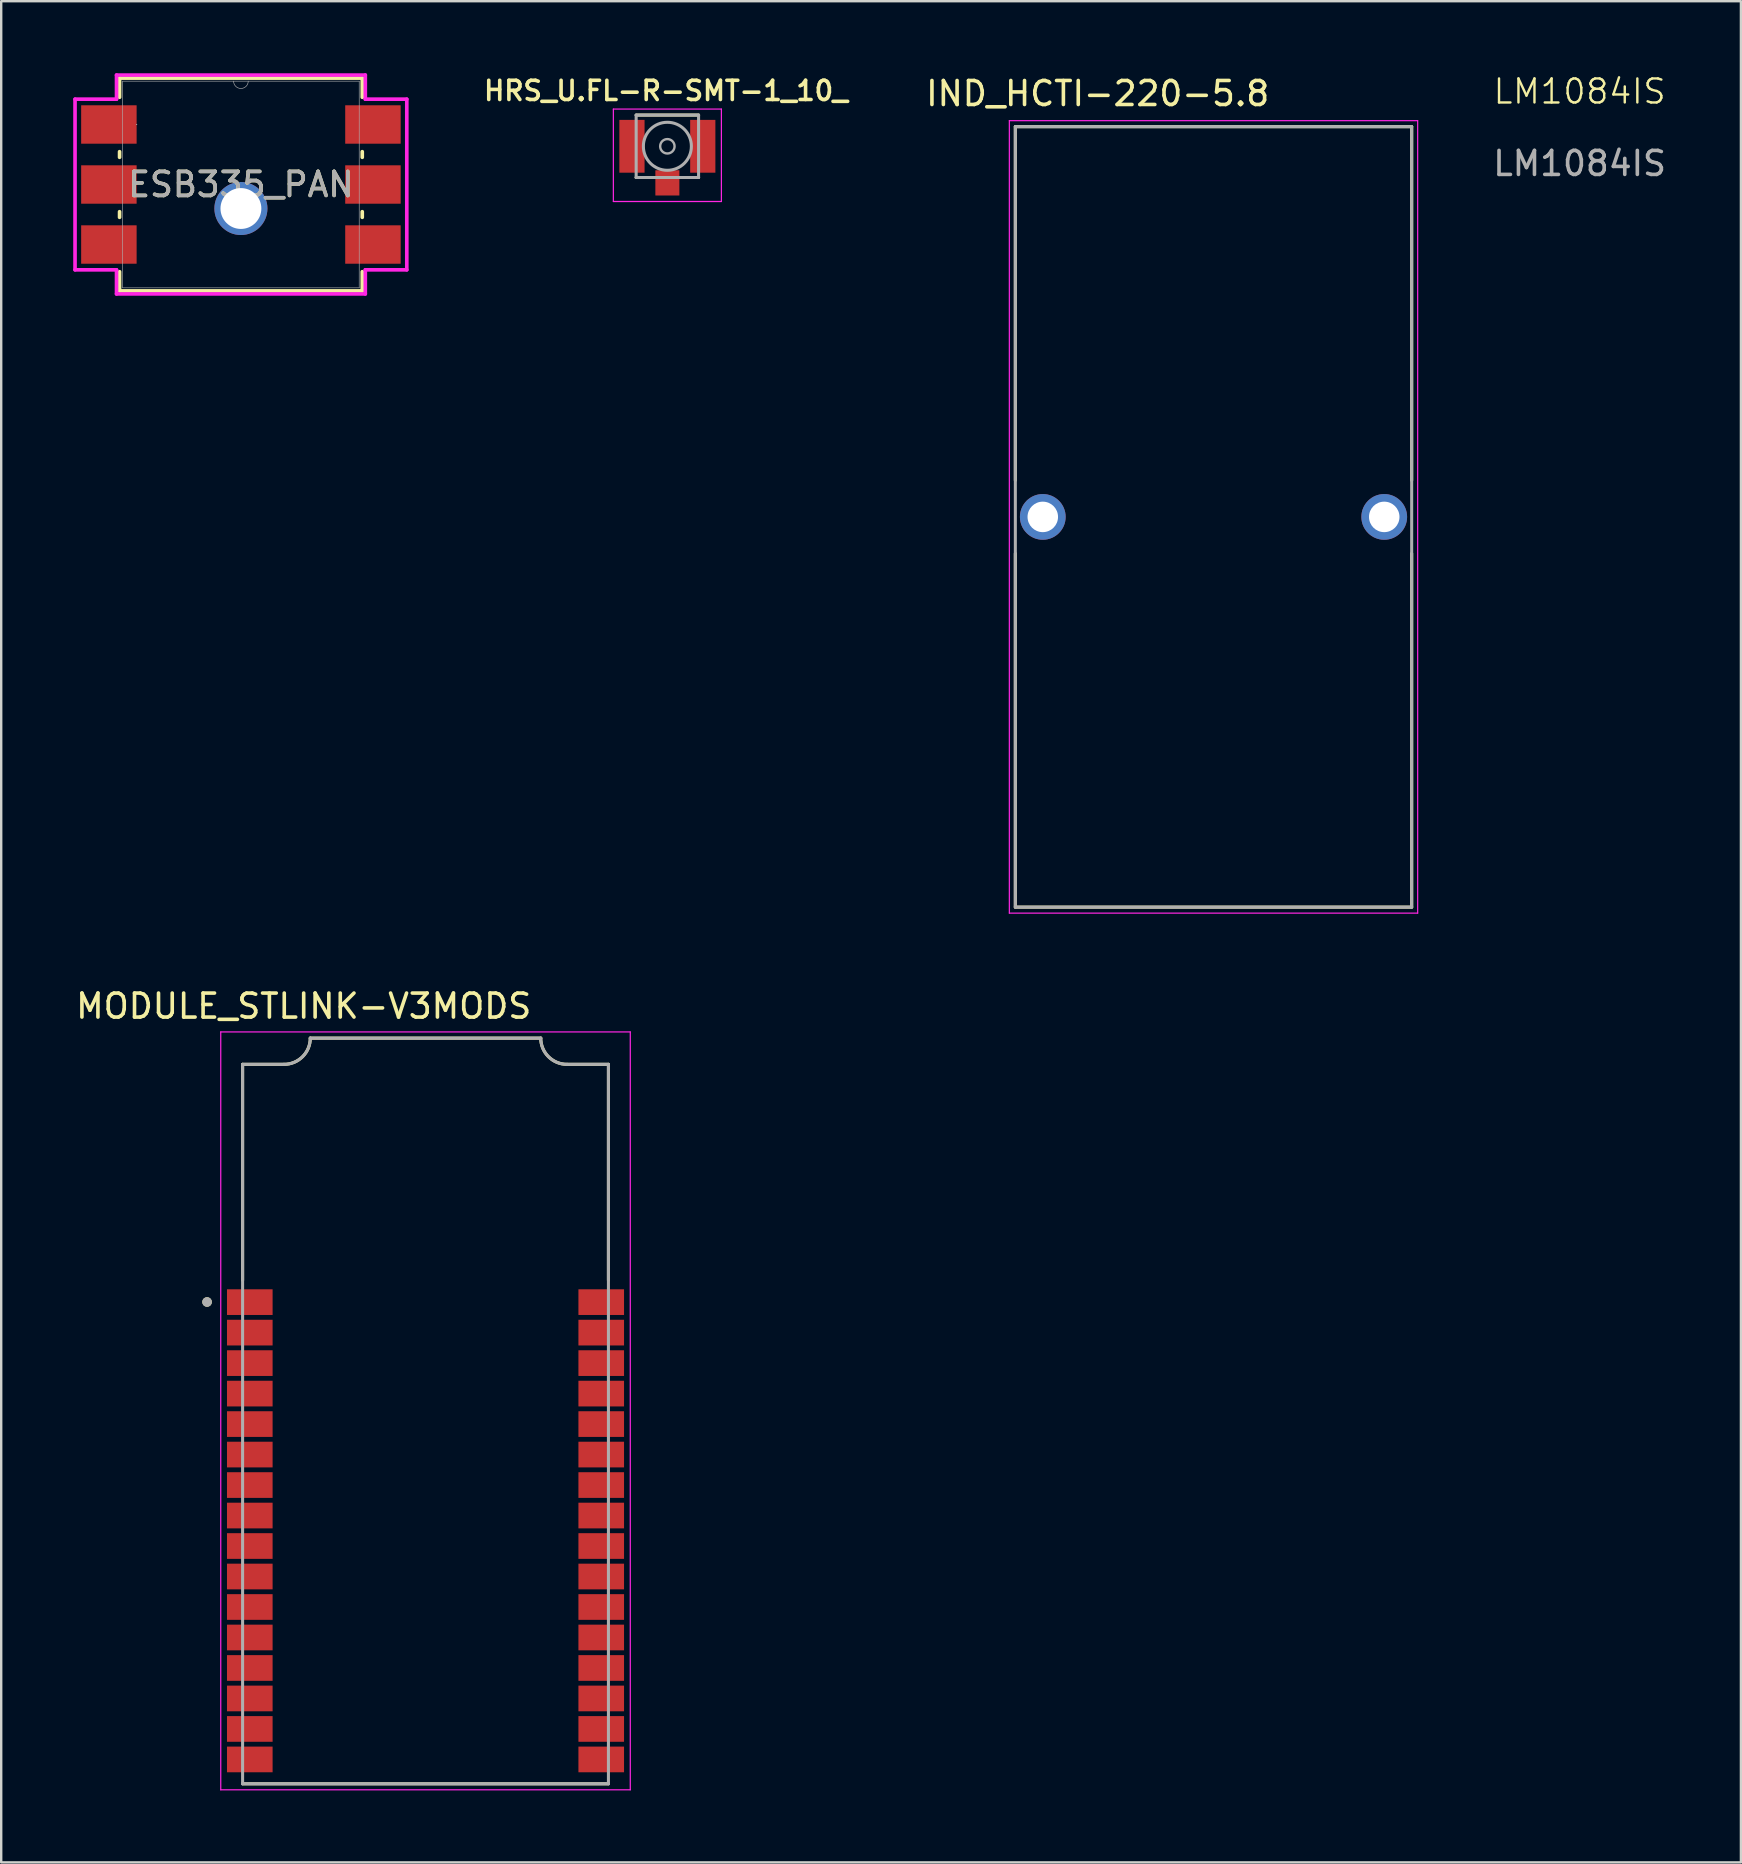
<source format=kicad_pcb>
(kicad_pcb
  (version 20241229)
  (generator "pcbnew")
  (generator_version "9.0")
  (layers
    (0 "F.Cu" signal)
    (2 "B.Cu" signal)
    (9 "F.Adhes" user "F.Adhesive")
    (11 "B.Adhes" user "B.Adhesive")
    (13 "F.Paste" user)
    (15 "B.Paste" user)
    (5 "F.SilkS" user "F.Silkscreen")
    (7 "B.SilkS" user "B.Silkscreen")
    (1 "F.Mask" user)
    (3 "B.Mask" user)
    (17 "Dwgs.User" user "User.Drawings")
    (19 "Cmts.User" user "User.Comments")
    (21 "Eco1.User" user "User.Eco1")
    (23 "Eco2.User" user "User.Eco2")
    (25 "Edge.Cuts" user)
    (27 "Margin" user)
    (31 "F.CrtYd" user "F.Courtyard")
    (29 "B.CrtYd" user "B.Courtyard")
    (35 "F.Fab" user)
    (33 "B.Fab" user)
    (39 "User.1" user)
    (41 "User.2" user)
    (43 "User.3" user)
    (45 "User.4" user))
  (footprint "HRS_U.FL-R-SMT-1_10_"
    (layer "F.Cu")
    (at 24.751 3.044)
    (property "Reference" "HRS_U.FL-R-SMT-1_10_" (at -0.06 -2.312 0) (layer "F.SilkS") (effects (font (size 0.801 0.801) (thickness 0.15))))
    (attr smd)
    (fp_line (start -1.3 -1.3) (end 1.3 -1.3) (stroke (width 0.127) (type solid)) (layer "F.SilkS"))
    (fp_line (start -1.3 1.3) (end -0.67 1.3) (stroke (width 0.127) (type solid)) (layer "F.SilkS"))
    (fp_line (start 1.3 1.3) (end 0.67 1.3) (stroke (width 0.127) (type solid)) (layer "F.SilkS"))
    (fp_line (start -2.25 -1.55) (end 2.25 -1.55) (stroke (width 0.05) (type solid)) (layer "F.CrtYd"))
    (fp_line (start -2.25 2.3) (end -2.25 -1.55) (stroke (width 0.05) (type solid)) (layer "F.CrtYd"))
    (fp_line (start 2.25 -1.55) (end 2.25 2.3) (stroke (width 0.05) (type solid)) (layer "F.CrtYd"))
    (fp_line (start 2.25 2.3) (end -2.25 2.3) (stroke (width 0.05) (type solid)) (layer "F.CrtYd"))
    (fp_line (start -1.3 -1.3) (end 1.3 -1.3) (stroke (width 0.127) (type solid)) (layer "F.Fab"))
    (fp_line (start -1.3 1.3) (end -1.3 -1.3) (stroke (width 0.127) (type solid)) (layer "F.Fab"))
    (fp_line (start 1.3 -1.3) (end 1.3 1.3) (stroke (width 0.127) (type solid)) (layer "F.Fab"))
    (fp_line (start 1.3 1.3) (end -1.3 1.3) (stroke (width 0.127) (type solid)) (layer "F.Fab"))
    (fp_circle (center 0 0) (end 0.3 0) (stroke (width 0.1) (type solid)) (fill no) (layer "F.Fab"))
    (fp_circle (center 0 0) (end 1 0) (stroke (width 0.127) (type solid)) (fill no) (layer "F.Fab"))
    (pad "1" smd rect (at -1.475 0) (size 1.05 2.2) (layers "F.Cu" "F.Mask" "F.Paste"))
    (pad "2" smd rect (at 0 1.525) (size 1 1.05) (layers "F.Cu" "F.Mask" "F.Paste"))
    (pad "3" smd rect (at 1.475 0) (size 1.05 2.2) (layers "F.Cu" "F.Mask" "F.Paste"))
    (zone (net_name "") (layer "F.Cu") (hatch full 0.508) (connect_pads) (min_thickness 0.01) (filled_areas_thickness no) (keepout (tracks not_allowed) (vias not_allowed) (pads not_allowed) (copperpour not_allowed) (footprints allowed)) (placement (enabled no)) (fill) (polygon (pts (xy 23.801 1.944) (xy 25.701 1.944) (xy 25.701 4.044) (xy 23.801 4.044)))))
  (footprint "ESB335_PAN"
    (layer "F.Cu")
    (at 6.986 4.636)
    (property "Reference" "ESB335_PAN" (at 0 0 0) (unlocked yes) (layer "F.SilkS") (effects (font (size 1 1) (thickness 0.15))))
    (attr smd)
    (fp_line (start -5.055 -4.432) (end -5.055 -3.633) (stroke (width 0.152) (type solid)) (layer "F.SilkS"))
    (fp_line (start -5.055 -1.367) (end -5.055 -1.133) (stroke (width 0.152) (type solid)) (layer "F.SilkS"))
    (fp_line (start -5.055 1.133) (end -5.055 1.367) (stroke (width 0.152) (type solid)) (layer "F.SilkS"))
    (fp_line (start -5.055 3.633) (end -5.055 4.432) (stroke (width 0.152) (type solid)) (layer "F.SilkS"))
    (fp_line (start -5.055 4.432) (end 5.055 4.432) (stroke (width 0.152) (type solid)) (layer "F.SilkS"))
    (fp_line (start 5.055 -4.432) (end -5.055 -4.432) (stroke (width 0.152) (type solid)) (layer "F.SilkS"))
    (fp_line (start 5.055 -3.633) (end 5.055 -4.432) (stroke (width 0.152) (type solid)) (layer "F.SilkS"))
    (fp_line (start 5.055 -1.133) (end 5.055 -1.367) (stroke (width 0.152) (type solid)) (layer "F.SilkS"))
    (fp_line (start 5.055 1.367) (end 5.055 1.133) (stroke (width 0.152) (type solid)) (layer "F.SilkS"))
    (fp_line (start 5.055 4.432) (end 5.055 3.633) (stroke (width 0.152) (type solid)) (layer "F.SilkS"))
    (fp_line (start -6.91 -3.554) (end -5.182 -3.554) (stroke (width 0.152) (type solid)) (layer "F.CrtYd"))
    (fp_line (start -6.91 3.554) (end -6.91 -3.554) (stroke (width 0.152) (type solid)) (layer "F.CrtYd"))
    (fp_line (start -6.91 3.554) (end -5.182 3.554) (stroke (width 0.152) (type solid)) (layer "F.CrtYd"))
    (fp_line (start -5.182 -4.559) (end 5.182 -4.559) (stroke (width 0.152) (type solid)) (layer "F.CrtYd"))
    (fp_line (start -5.182 -3.554) (end -5.182 -4.559) (stroke (width 0.152) (type solid)) (layer "F.CrtYd"))
    (fp_line (start -5.182 4.559) (end -5.182 3.554) (stroke (width 0.152) (type solid)) (layer "F.CrtYd"))
    (fp_line (start 5.182 -4.559) (end 5.182 -3.554) (stroke (width 0.152) (type solid)) (layer "F.CrtYd"))
    (fp_line (start 5.182 3.554) (end 5.182 4.559) (stroke (width 0.152) (type solid)) (layer "F.CrtYd"))
    (fp_line (start 5.182 4.559) (end -5.182 4.559) (stroke (width 0.152) (type solid)) (layer "F.CrtYd"))
    (fp_line (start 6.91 -3.554) (end 5.182 -3.554) (stroke (width 0.152) (type solid)) (layer "F.CrtYd"))
    (fp_line (start 6.91 -3.554) (end 6.91 3.554) (stroke (width 0.152) (type solid)) (layer "F.CrtYd"))
    (fp_line (start 6.91 3.554) (end 5.182 3.554) (stroke (width 0.152) (type solid)) (layer "F.CrtYd"))
    (fp_line (start -4.928 -4.305) (end -4.928 4.305) (stroke (width 0.025) (type solid)) (layer "F.Fab"))
    (fp_line (start -4.928 4.305) (end 4.928 4.305) (stroke (width 0.025) (type solid)) (layer "F.Fab"))
    (fp_line (start 4.928 -4.305) (end -4.928 -4.305) (stroke (width 0.025) (type solid)) (layer "F.Fab"))
    (fp_line (start 4.928 4.305) (end 4.928 -4.305) (stroke (width 0.025) (type solid)) (layer "F.Fab"))
    (fp_arc (start 0.3048 -4.3053) (mid 0 -4.0005) (end -0.3048 -4.3053) (stroke (width 0.0254) (type solid)) (layer "F.Fab"))
    (fp_circle (center -4.344 -2.5) (end -4.344 -2.5) (stroke (width 0.025) (type solid)) (fill no) (layer "F.Fab"))
    (fp_text user "${REFERENCE}" (at 0 0 0) (unlocked yes) (layer "F.Fab") (effects (font (size 1 1) (thickness 0.15))))
    (pad "1" smd rect (at -5.5 -2.5) (size 2.311 1.6) (layers "F.Cu" "F.Mask" "F.Paste"))
    (pad "2" smd rect (at -5.5 0) (size 2.311 1.6) (layers "F.Cu" "F.Mask" "F.Paste"))
    (pad "3" smd rect (at -5.5 2.5) (size 2.311 1.6) (layers "F.Cu" "F.Mask" "F.Paste"))
    (pad "4" smd rect (at 5.5 2.5) (size 2.311 1.6) (layers "F.Cu" "F.Mask" "F.Paste"))
    (pad "5" smd rect (at 5.5 0) (size 2.311 1.6) (layers "F.Cu" "F.Mask" "F.Paste"))
    (pad "6" smd rect (at 5.5 -2.5) (size 2.311 1.6) (layers "F.Cu" "F.Mask" "F.Paste"))
    (pad "7" thru_hole circle (at 0 1) (size 2.21 2.21) (drill 1.702) (layers "*.Cu" "*.Mask")))
  (footprint "IND_HCTI-220-5.8"
    (layer "F.Cu")
    (at 47.502 18.483)
    (property "Reference" "IND_HCTI-220-5.8" (at -4.825 -17.635 0) (layer "F.SilkS") (effects (font (size 1 1) (thickness 0.15))))
    (attr through_hole)
    (fp_line (start -8.255 -16.256) (end 8.255 -16.256) (stroke (width 0.127) (type solid)) (layer "F.SilkS"))
    (fp_line (start -8.255 -1.524) (end -8.255 -16.256) (stroke (width 0.127) (type solid)) (layer "F.SilkS"))
    (fp_line (start -8.255 16.256) (end -8.255 1.524) (stroke (width 0.127) (type solid)) (layer "F.SilkS"))
    (fp_line (start 8.255 -1.524) (end 8.255 -16.256) (stroke (width 0.127) (type solid)) (layer "F.SilkS"))
    (fp_line (start 8.255 16.256) (end -8.255 16.256) (stroke (width 0.127) (type solid)) (layer "F.SilkS"))
    (fp_line (start 8.255 16.256) (end 8.255 1.524) (stroke (width 0.127) (type solid)) (layer "F.SilkS"))
    (fp_line (start -8.505 -16.506) (end 8.505 -16.506) (stroke (width 0.05) (type solid)) (layer "F.CrtYd"))
    (fp_line (start -8.505 16.506) (end -8.505 -16.506) (stroke (width 0.05) (type solid)) (layer "F.CrtYd"))
    (fp_line (start 8.505 -16.506) (end 8.505 16.506) (stroke (width 0.05) (type solid)) (layer "F.CrtYd"))
    (fp_line (start 8.505 16.506) (end -8.505 16.506) (stroke (width 0.05) (type solid)) (layer "F.CrtYd"))
    (fp_line (start -8.255 -16.256) (end 8.255 -16.256) (stroke (width 0.127) (type solid)) (layer "F.Fab"))
    (fp_line (start -8.255 16.256) (end -8.255 -16.256) (stroke (width 0.127) (type solid)) (layer "F.Fab"))
    (fp_line (start 8.255 -16.256) (end 8.255 16.256) (stroke (width 0.127) (type solid)) (layer "F.Fab"))
    (fp_line (start 8.255 16.256) (end -8.255 16.256) (stroke (width 0.127) (type solid)) (layer "F.Fab"))
    (pad "1" thru_hole circle (at -7.112 0) (size 1.905 1.905) (drill 1.27) (layers "*.Cu" "*.Mask"))
    (pad "2" thru_hole circle (at 7.112 0) (size 1.905 1.905) (drill 1.27) (layers "*.Cu" "*.Mask")))
  (footprint "LM1084IS"
    (layer "F.Cu")
    (at 62.753 1.26)
    (property "Reference" "LM1084IS" (at 0 -0.5 0) (unlocked yes) (layer "F.SilkS") (effects (font (size 1 1) (thickness 0.1))))
    (attr smd)
    (fp_text user "${REFERENCE}" (at 0 2.5 0) (unlocked yes) (layer "F.Fab") (effects (font (size 1 1) (thickness 0.15)))))
  (footprint "MODULE_STLINK-V3MODS"
    (layer "F.Cu")
    (at 14.676 41.288)
    (property "Reference" "MODULE_STLINK-V3MODS" (at -5.075 -2.425 0) (layer "F.SilkS") (effects (font (size 1 1) (thickness 0.15))))
    (attr smd)
    (fp_line (start -7.62 0) (end -5.893 0) (stroke (width 0.127) (type solid)) (layer "F.SilkS"))
    (fp_line (start -7.62 8.995) (end -7.62 0) (stroke (width 0.127) (type solid)) (layer "F.SilkS"))
    (fp_line (start -7.62 29.972) (end 7.62 29.972) (stroke (width 0.127) (type solid)) (layer "F.SilkS"))
    (fp_line (start -4.801 -1.092) (end 4.801 -1.092) (stroke (width 0.127) (type solid)) (layer "F.SilkS"))
    (fp_line (start 5.893 0) (end 7.62 0) (stroke (width 0.127) (type solid)) (layer "F.SilkS"))
    (fp_line (start 7.62 8.995) (end 7.62 0) (stroke (width 0.127) (type solid)) (layer "F.SilkS"))
    (fp_arc (start -4.8006 -1.0922) (mid -5.120498 -0.319898) (end -5.8928 0) (stroke (width 0.127) (type solid)) (layer "F.SilkS"))
    (fp_arc (start 5.8928 0) (mid 5.120498 -0.319898) (end 4.8006 -1.0922) (stroke (width 0.127) (type solid)) (layer "F.SilkS"))
    (fp_circle (center -9.1 9.9) (end -9 9.9) (stroke (width 0.2) (type solid)) (fill no) (layer "F.SilkS"))
    (fp_line (start -8.53 -1.35) (end 8.53 -1.35) (stroke (width 0.05) (type solid)) (layer "F.CrtYd"))
    (fp_line (start -8.53 30.222) (end -8.53 -1.35) (stroke (width 0.05) (type solid)) (layer "F.CrtYd"))
    (fp_line (start 8.53 -1.35) (end 8.53 30.222) (stroke (width 0.05) (type solid)) (layer "F.CrtYd"))
    (fp_line (start 8.53 30.222) (end -8.53 30.222) (stroke (width 0.05) (type solid)) (layer "F.CrtYd"))
    (fp_line (start -7.62 0) (end -5.893 0) (stroke (width 0.127) (type solid)) (layer "F.Fab"))
    (fp_line (start -7.62 29.972) (end -7.62 0) (stroke (width 0.127) (type solid)) (layer "F.Fab"))
    (fp_line (start -7.62 29.972) (end 7.62 29.972) (stroke (width 0.127) (type solid)) (layer "F.Fab"))
    (fp_line (start -4.801 -1.092) (end 4.801 -1.092) (stroke (width 0.127) (type solid)) (layer "F.Fab"))
    (fp_line (start 5.893 0) (end 7.62 0) (stroke (width 0.127) (type solid)) (layer "F.Fab"))
    (fp_line (start 7.62 29.972) (end 7.62 0) (stroke (width 0.127) (type solid)) (layer "F.Fab"))
    (fp_arc (start -4.8006 -1.0922) (mid -5.120498 -0.319898) (end -5.8928 0) (stroke (width 0.127) (type solid)) (layer "F.Fab"))
    (fp_arc (start 5.8928 0) (mid 5.120498 -0.319898) (end 4.8006 -1.0922) (stroke (width 0.127) (type solid)) (layer "F.Fab"))
    (fp_circle (center -9.1 9.9) (end -9 9.9) (stroke (width 0.2) (type solid)) (fill no) (layer "F.Fab"))
    (pad "1" smd rect (at -7.32 9.906) (size 1.9 1.07) (layers "F.Cu" "F.Mask" "F.Paste"))
    (pad "2" smd rect (at -7.32 11.176) (size 1.9 1.07) (layers "F.Cu" "F.Mask" "F.Paste"))
    (pad "3" smd rect (at -7.32 12.446) (size 1.9 1.07) (layers "F.Cu" "F.Mask" "F.Paste"))
    (pad "4" smd rect (at -7.32 13.716) (size 1.9 1.07) (layers "F.Cu" "F.Mask" "F.Paste"))
    (pad "5" smd rect (at -7.32 14.986) (size 1.9 1.07) (layers "F.Cu" "F.Mask" "F.Paste"))
    (pad "6" smd rect (at -7.32 16.256) (size 1.9 1.07) (layers "F.Cu" "F.Mask" "F.Paste"))
    (pad "7" smd rect (at -7.32 17.526) (size 1.9 1.07) (layers "F.Cu" "F.Mask" "F.Paste"))
    (pad "8" smd rect (at -7.32 18.796) (size 1.9 1.07) (layers "F.Cu" "F.Mask" "F.Paste"))
    (pad "9" smd rect (at -7.32 20.066) (size 1.9 1.07) (layers "F.Cu" "F.Mask" "F.Paste"))
    (pad "10" smd rect (at -7.32 21.336) (size 1.9 1.07) (layers "F.Cu" "F.Mask" "F.Paste"))
    (pad "11" smd rect (at -7.32 22.606) (size 1.9 1.07) (layers "F.Cu" "F.Mask" "F.Paste"))
    (pad "12" smd rect (at -7.32 23.876) (size 1.9 1.07) (layers "F.Cu" "F.Mask" "F.Paste"))
    (pad "13" smd rect (at -7.32 25.146) (size 1.9 1.07) (layers "F.Cu" "F.Mask" "F.Paste"))
    (pad "14" smd rect (at -7.32 26.416) (size 1.9 1.07) (layers "F.Cu" "F.Mask" "F.Paste"))
    (pad "15" smd rect (at -7.32 27.686) (size 1.9 1.07) (layers "F.Cu" "F.Mask" "F.Paste"))
    (pad "16" smd rect (at -7.32 28.956) (size 1.9 1.07) (layers "F.Cu" "F.Mask" "F.Paste"))
    (pad "17" smd rect (at 7.32 28.956) (size 1.9 1.07) (layers "F.Cu" "F.Mask" "F.Paste"))
    (pad "18" smd rect (at 7.32 27.686) (size 1.9 1.07) (layers "F.Cu" "F.Mask" "F.Paste"))
    (pad "19" smd rect (at 7.32 26.416) (size 1.9 1.07) (layers "F.Cu" "F.Mask" "F.Paste"))
    (pad "20" smd rect (at 7.32 25.146) (size 1.9 1.07) (layers "F.Cu" "F.Mask" "F.Paste"))
    (pad "21" smd rect (at 7.32 23.876) (size 1.9 1.07) (layers "F.Cu" "F.Mask" "F.Paste"))
    (pad "22" smd rect (at 7.32 22.606) (size 1.9 1.07) (layers "F.Cu" "F.Mask" "F.Paste"))
    (pad "23" smd rect (at 7.32 21.336) (size 1.9 1.07) (layers "F.Cu" "F.Mask" "F.Paste"))
    (pad "24" smd rect (at 7.32 20.066) (size 1.9 1.07) (layers "F.Cu" "F.Mask" "F.Paste"))
    (pad "25" smd rect (at 7.32 18.796) (size 1.9 1.07) (layers "F.Cu" "F.Mask" "F.Paste"))
    (pad "26" smd rect (at 7.32 17.526) (size 1.9 1.07) (layers "F.Cu" "F.Mask" "F.Paste"))
    (pad "27" smd rect (at 7.32 16.256) (size 1.9 1.07) (layers "F.Cu" "F.Mask" "F.Paste"))
    (pad "28" smd rect (at 7.32 14.986) (size 1.9 1.07) (layers "F.Cu" "F.Mask" "F.Paste"))
    (pad "29" smd rect (at 7.32 13.716) (size 1.9 1.07) (layers "F.Cu" "F.Mask" "F.Paste"))
    (pad "30" smd rect (at 7.32 12.446) (size 1.9 1.07) (layers "F.Cu" "F.Mask" "F.Paste"))
    (pad "31" smd rect (at 7.32 11.176) (size 1.9 1.07) (layers "F.Cu" "F.Mask" "F.Paste"))
    (pad "32" smd rect (at 7.32 9.906) (size 1.9 1.07) (layers "F.Cu" "F.Mask" "F.Paste")))
  (gr_rect
    (start -3 -3)
    (end 69.473 74.534)
    (stroke (width 0.1) (type default))
    (fill no)
    (layer "Edge.Cuts")))
</source>
